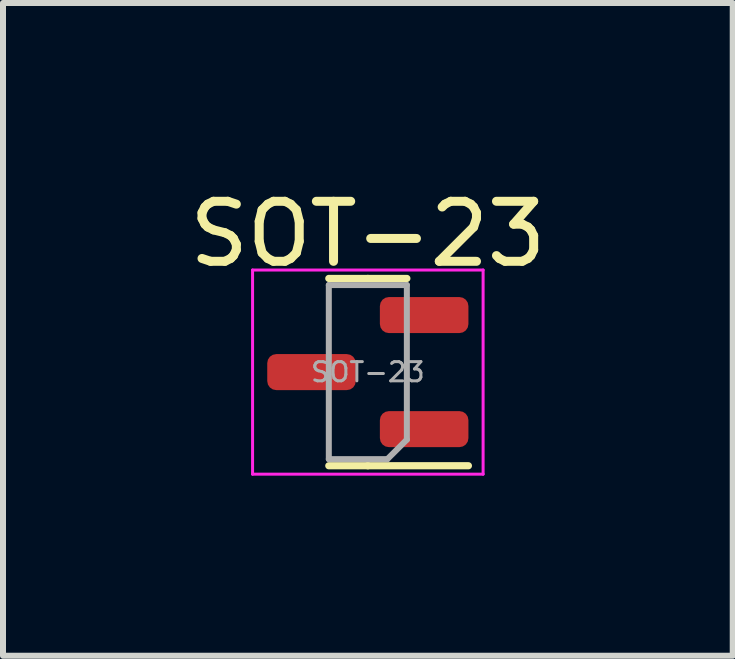
<source format=kicad_pcb>
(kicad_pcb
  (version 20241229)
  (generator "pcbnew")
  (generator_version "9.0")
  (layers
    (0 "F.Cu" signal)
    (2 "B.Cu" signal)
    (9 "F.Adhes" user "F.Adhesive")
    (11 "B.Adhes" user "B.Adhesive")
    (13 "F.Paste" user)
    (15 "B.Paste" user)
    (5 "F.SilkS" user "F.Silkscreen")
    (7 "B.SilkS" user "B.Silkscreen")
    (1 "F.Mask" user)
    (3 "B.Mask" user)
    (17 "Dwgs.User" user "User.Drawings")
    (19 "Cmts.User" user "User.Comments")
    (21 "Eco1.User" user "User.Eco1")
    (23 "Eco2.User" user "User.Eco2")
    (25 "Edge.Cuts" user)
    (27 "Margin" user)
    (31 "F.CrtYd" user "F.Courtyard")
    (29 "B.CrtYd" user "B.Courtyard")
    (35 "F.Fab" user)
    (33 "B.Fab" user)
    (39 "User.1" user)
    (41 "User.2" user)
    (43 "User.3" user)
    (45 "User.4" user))
  (footprint "SOT-23"
    (layer "F.Cu")
    (at 3.077 3.148)
    (property "Reference" "SOT-23" (at 0 -2.3 0) (layer "F.SilkS") (effects (font (size 1 1) (thickness 0.15))))
    (attr smd)
    (fp_line (start 0 -1.56) (end -0.65 -1.56) (stroke (width 0.12) (type solid)) (layer "F.SilkS"))
    (fp_line (start 0 -1.56) (end 0.65 -1.56) (stroke (width 0.12) (type solid)) (layer "F.SilkS"))
    (fp_line (start 0 1.56) (end -0.65 1.56) (stroke (width 0.12) (type solid)) (layer "F.SilkS"))
    (fp_line (start 0 1.56) (end 1.675 1.56) (stroke (width 0.12) (type solid)) (layer "F.SilkS"))
    (fp_line (start -1.92 -1.7) (end -1.92 1.7) (stroke (width 0.05) (type solid)) (layer "F.CrtYd"))
    (fp_line (start -1.92 1.7) (end 1.92 1.7) (stroke (width 0.05) (type solid)) (layer "F.CrtYd"))
    (fp_line (start 1.92 -1.7) (end -1.92 -1.7) (stroke (width 0.05) (type solid)) (layer "F.CrtYd"))
    (fp_line (start 1.92 1.7) (end 1.92 -1.7) (stroke (width 0.05) (type solid)) (layer "F.CrtYd"))
    (fp_line (start -0.65 -1.45) (end 0.65 -1.45) (stroke (width 0.1) (type solid)) (layer "F.Fab"))
    (fp_line (start -0.65 1.45) (end -0.65 -1.45) (stroke (width 0.1) (type solid)) (layer "F.Fab"))
    (fp_line (start 0.325 1.45) (end -0.65 1.45) (stroke (width 0.1) (type solid)) (layer "F.Fab"))
    (fp_line (start 0.65 -1.45) (end 0.65 1.125) (stroke (width 0.1) (type solid)) (layer "F.Fab"))
    (fp_line (start 0.65 1.125) (end 0.325 1.45) (stroke (width 0.1) (type solid)) (layer "F.Fab"))
    (fp_text user "${REFERENCE}" (at 0 0 0) (layer "F.Fab") (effects (font (size 0.32 0.32) (thickness 0.05))))
    (pad "1" smd roundrect (at 0.938 0.95 180) (size 1.475 0.6) (layers "F.Cu" "F.Mask" "F.Paste") (roundrect_rratio 0.25))
    (pad "2" smd roundrect (at 0.938 -0.95 180) (size 1.475 0.6) (layers "F.Cu" "F.Mask" "F.Paste") (roundrect_rratio 0.25))
    (pad "3" smd roundrect (at -0.938 0 180) (size 1.475 0.6) (layers "F.Cu" "F.Mask" "F.Paste") (roundrect_rratio 0.25)))
  (gr_rect
    (start -3 -3)
    (end 9.155 7.873)
    (stroke (width 0.1) (type default))
    (fill no)
    (layer "Edge.Cuts")))
</source>
